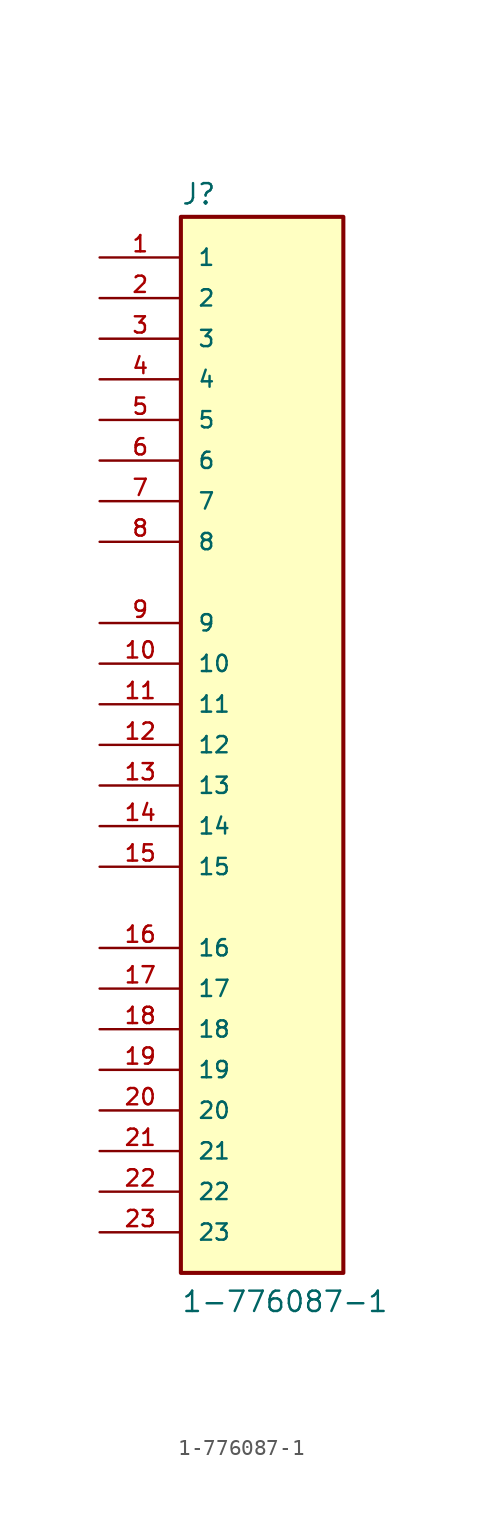
<source format=kicad_sym>
(kicad_symbol_lib
  (version 20231120)
  (generator "kicad_symbol_editor")
  (generator_version "8.0")
  (symbol "1-776087-1"
    (pin_names
      (offset 1.016))
    (property "Reference" "J"
      (at -5.086 33.697 0)
      (effects (font (size 1.27 1.27)) (justify left bottom)))
    (property "Value" "1-776087-1"
      (at -5.08 -35.563 0)
      (effects (font (size 1.27 1.27)) (justify left bottom)))
    (symbol "1-776087-1_0_0"
      (rectangle (start -5.08 33.02) (end 5.08 -33.02) (stroke (width 0.254) (type default)) (fill (type background)))
      (pin passive line (at -10.16 30.48 0) (length 5.08) (name "1" (effects (font (size 1.016 1.016)))) (number "1" (effects (font (size 1.016 1.016)))))
      (pin passive line (at -10.16 5.08 0) (length 5.08) (name "10" (effects (font (size 1.016 1.016)))) (number "10" (effects (font (size 1.016 1.016)))))
      (pin passive line (at -10.16 2.54 0) (length 5.08) (name "11" (effects (font (size 1.016 1.016)))) (number "11" (effects (font (size 1.016 1.016)))))
      (pin passive line (at -10.16 0 0) (length 5.08) (name "12" (effects (font (size 1.016 1.016)))) (number "12" (effects (font (size 1.016 1.016)))))
      (pin passive line (at -10.16 -2.54 0) (length 5.08) (name "13" (effects (font (size 1.016 1.016)))) (number "13" (effects (font (size 1.016 1.016)))))
      (pin passive line (at -10.16 -5.08 0) (length 5.08) (name "14" (effects (font (size 1.016 1.016)))) (number "14" (effects (font (size 1.016 1.016)))))
      (pin passive line (at -10.16 -7.62 0) (length 5.08) (name "15" (effects (font (size 1.016 1.016)))) (number "15" (effects (font (size 1.016 1.016)))))
      (pin passive line (at -10.16 -12.7 0) (length 5.08) (name "16" (effects (font (size 1.016 1.016)))) (number "16" (effects (font (size 1.016 1.016)))))
      (pin passive line (at -10.16 -15.24 0) (length 5.08) (name "17" (effects (font (size 1.016 1.016)))) (number "17" (effects (font (size 1.016 1.016)))))
      (pin passive line (at -10.16 -17.78 0) (length 5.08) (name "18" (effects (font (size 1.016 1.016)))) (number "18" (effects (font (size 1.016 1.016)))))
      (pin passive line (at -10.16 -20.32 0) (length 5.08) (name "19" (effects (font (size 1.016 1.016)))) (number "19" (effects (font (size 1.016 1.016)))))
      (pin passive line (at -10.16 27.94 0) (length 5.08) (name "2" (effects (font (size 1.016 1.016)))) (number "2" (effects (font (size 1.016 1.016)))))
      (pin passive line (at -10.16 -22.86 0) (length 5.08) (name "20" (effects (font (size 1.016 1.016)))) (number "20" (effects (font (size 1.016 1.016)))))
      (pin passive line (at -10.16 -25.4 0) (length 5.08) (name "21" (effects (font (size 1.016 1.016)))) (number "21" (effects (font (size 1.016 1.016)))))
      (pin passive line (at -10.16 -27.94 0) (length 5.08) (name "22" (effects (font (size 1.016 1.016)))) (number "22" (effects (font (size 1.016 1.016)))))
      (pin passive line (at -10.16 -30.48 0) (length 5.08) (name "23" (effects (font (size 1.016 1.016)))) (number "23" (effects (font (size 1.016 1.016)))))
      (pin passive line (at -10.16 25.4 0) (length 5.08) (name "3" (effects (font (size 1.016 1.016)))) (number "3" (effects (font (size 1.016 1.016)))))
      (pin passive line (at -10.16 22.86 0) (length 5.08) (name "4" (effects (font (size 1.016 1.016)))) (number "4" (effects (font (size 1.016 1.016)))))
      (pin passive line (at -10.16 20.32 0) (length 5.08) (name "5" (effects (font (size 1.016 1.016)))) (number "5" (effects (font (size 1.016 1.016)))))
      (pin passive line (at -10.16 17.78 0) (length 5.08) (name "6" (effects (font (size 1.016 1.016)))) (number "6" (effects (font (size 1.016 1.016)))))
      (pin passive line (at -10.16 15.24 0) (length 5.08) (name "7" (effects (font (size 1.016 1.016)))) (number "7" (effects (font (size 1.016 1.016)))))
      (pin passive line (at -10.16 12.7 0) (length 5.08) (name "8" (effects (font (size 1.016 1.016)))) (number "8" (effects (font (size 1.016 1.016)))))
      (pin passive line (at -10.16 7.62 0) (length 5.08) (name "9" (effects (font (size 1.016 1.016)))) (number "9" (effects (font (size 1.016 1.016))))))))
</source>
